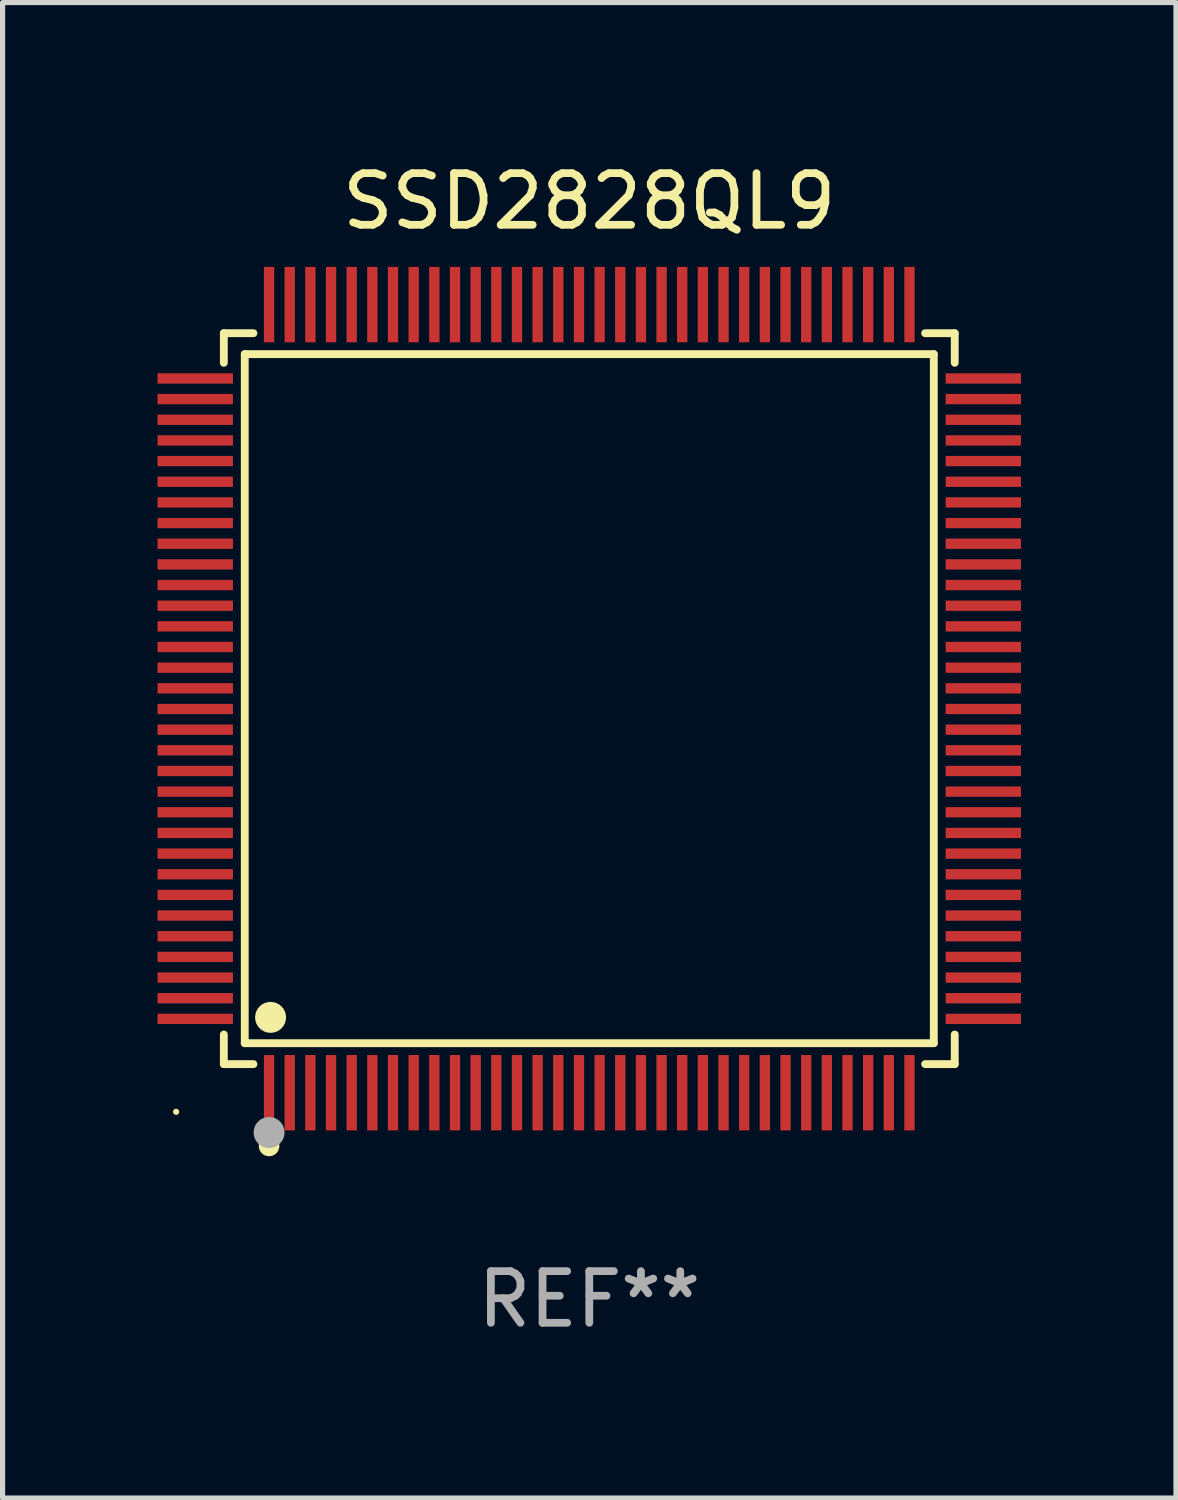
<source format=kicad_pcb>
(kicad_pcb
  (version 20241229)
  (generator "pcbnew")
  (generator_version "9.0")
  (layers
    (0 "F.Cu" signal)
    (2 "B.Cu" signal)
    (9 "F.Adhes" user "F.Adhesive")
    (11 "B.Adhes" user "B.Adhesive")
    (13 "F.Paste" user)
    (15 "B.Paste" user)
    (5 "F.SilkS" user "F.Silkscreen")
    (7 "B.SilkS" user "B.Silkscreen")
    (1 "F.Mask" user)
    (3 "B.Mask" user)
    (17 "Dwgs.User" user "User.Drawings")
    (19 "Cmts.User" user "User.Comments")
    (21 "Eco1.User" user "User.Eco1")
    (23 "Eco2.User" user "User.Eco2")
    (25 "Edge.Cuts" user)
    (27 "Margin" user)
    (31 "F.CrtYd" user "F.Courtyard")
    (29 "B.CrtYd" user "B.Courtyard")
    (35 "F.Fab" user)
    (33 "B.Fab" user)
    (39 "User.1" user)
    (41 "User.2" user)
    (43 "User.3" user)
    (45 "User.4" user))
  (footprint "SSD2828QL9"
    (layer "F.Cu")
    (at 8.36 10.478)
    (property "Reference" "SSD2828QL9" (at 0 -9.63 0) (layer "F.SilkS") (effects (font (size 1 1) (thickness 0.15))))
    (attr through_hole)
    (fp_line (start -7.076 -7.076) (end -6.503 -7.076) (stroke (width 0.152) (type solid)) (layer "F.SilkS"))
    (fp_line (start -7.076 -6.503) (end -7.076 -7.076) (stroke (width 0.152) (type solid)) (layer "F.SilkS"))
    (fp_line (start -7.076 6.503) (end -7.076 7.076) (stroke (width 0.152) (type solid)) (layer "F.SilkS"))
    (fp_line (start -7.076 7.076) (end -6.503 7.076) (stroke (width 0.152) (type solid)) (layer "F.SilkS"))
    (fp_line (start -6.671 -6.671) (end 6.671 -6.671) (stroke (width 0.152) (type solid)) (layer "F.SilkS"))
    (fp_line (start -6.671 6.671) (end -6.671 -6.671) (stroke (width 0.152) (type solid)) (layer "F.SilkS"))
    (fp_line (start 6.671 -6.671) (end 6.671 6.671) (stroke (width 0.152) (type solid)) (layer "F.SilkS"))
    (fp_line (start 6.671 6.671) (end -6.671 6.671) (stroke (width 0.152) (type solid)) (layer "F.SilkS"))
    (fp_line (start 7.076 -7.076) (end 6.503 -7.076) (stroke (width 0.152) (type solid)) (layer "F.SilkS"))
    (fp_line (start 7.076 -6.503) (end 7.076 -7.076) (stroke (width 0.152) (type solid)) (layer "F.SilkS"))
    (fp_line (start 7.076 6.503) (end 7.076 7.076) (stroke (width 0.152) (type solid)) (layer "F.SilkS"))
    (fp_line (start 7.076 7.076) (end 6.503 7.076) (stroke (width 0.152) (type solid)) (layer "F.SilkS"))
    (fp_circle (center -8 8) (end -7.97 8) (stroke (width 0.06) (type solid)) (fill no) (layer "F.SilkS"))
    (fp_circle (center -6.2 8.66) (end -6.1 8.66) (stroke (width 0.2) (type solid)) (fill no) (layer "F.SilkS"))
    (fp_circle (center -6.171 6.171) (end -6.021 6.171) (stroke (width 0.3) (type solid)) (fill no) (layer "F.SilkS"))
    (fp_circle (center -6.2 8.4) (end -6.05 8.4) (stroke (width 0.3) (type solid)) (fill no) (layer "F.Fab"))
    (fp_text user "REF**" (at 0 11.63 0) (layer "F.Fab") (effects (font (size 1 1) (thickness 0.15))))
    (pad "1" smd rect (at -6.2 7.63) (size 0.2 1.46) (layers "F.Cu" "F.Mask" "F.Paste"))
    (pad "2" smd rect (at -5.8 7.63) (size 0.2 1.46) (layers "F.Cu" "F.Mask" "F.Paste"))
    (pad "3" smd rect (at -5.4 7.63) (size 0.2 1.46) (layers "F.Cu" "F.Mask" "F.Paste"))
    (pad "4" smd rect (at -5 7.63) (size 0.2 1.46) (layers "F.Cu" "F.Mask" "F.Paste"))
    (pad "5" smd rect (at -4.6 7.63) (size 0.2 1.46) (layers "F.Cu" "F.Mask" "F.Paste"))
    (pad "6" smd rect (at -4.2 7.63) (size 0.2 1.46) (layers "F.Cu" "F.Mask" "F.Paste"))
    (pad "7" smd rect (at -3.8 7.63) (size 0.2 1.46) (layers "F.Cu" "F.Mask" "F.Paste"))
    (pad "8" smd rect (at -3.4 7.63) (size 0.2 1.46) (layers "F.Cu" "F.Mask" "F.Paste"))
    (pad "9" smd rect (at -3 7.63) (size 0.2 1.46) (layers "F.Cu" "F.Mask" "F.Paste"))
    (pad "10" smd rect (at -2.6 7.63) (size 0.2 1.46) (layers "F.Cu" "F.Mask" "F.Paste"))
    (pad "11" smd rect (at -2.2 7.63) (size 0.2 1.46) (layers "F.Cu" "F.Mask" "F.Paste"))
    (pad "12" smd rect (at -1.8 7.63) (size 0.2 1.46) (layers "F.Cu" "F.Mask" "F.Paste"))
    (pad "13" smd rect (at -1.4 7.63) (size 0.2 1.46) (layers "F.Cu" "F.Mask" "F.Paste"))
    (pad "14" smd rect (at -1 7.63) (size 0.2 1.46) (layers "F.Cu" "F.Mask" "F.Paste"))
    (pad "15" smd rect (at -0.6 7.63) (size 0.2 1.46) (layers "F.Cu" "F.Mask" "F.Paste"))
    (pad "16" smd rect (at -0.2 7.63) (size 0.2 1.46) (layers "F.Cu" "F.Mask" "F.Paste"))
    (pad "17" smd rect (at 0.2 7.63) (size 0.2 1.46) (layers "F.Cu" "F.Mask" "F.Paste"))
    (pad "18" smd rect (at 0.6 7.63) (size 0.2 1.46) (layers "F.Cu" "F.Mask" "F.Paste"))
    (pad "19" smd rect (at 1 7.63) (size 0.2 1.46) (layers "F.Cu" "F.Mask" "F.Paste"))
    (pad "20" smd rect (at 1.4 7.63) (size 0.2 1.46) (layers "F.Cu" "F.Mask" "F.Paste"))
    (pad "21" smd rect (at 1.8 7.63) (size 0.2 1.46) (layers "F.Cu" "F.Mask" "F.Paste"))
    (pad "22" smd rect (at 2.2 7.63) (size 0.2 1.46) (layers "F.Cu" "F.Mask" "F.Paste"))
    (pad "23" smd rect (at 2.6 7.63) (size 0.2 1.46) (layers "F.Cu" "F.Mask" "F.Paste"))
    (pad "24" smd rect (at 3 7.63) (size 0.2 1.46) (layers "F.Cu" "F.Mask" "F.Paste"))
    (pad "25" smd rect (at 3.4 7.63) (size 0.2 1.46) (layers "F.Cu" "F.Mask" "F.Paste"))
    (pad "26" smd rect (at 3.8 7.63) (size 0.2 1.46) (layers "F.Cu" "F.Mask" "F.Paste"))
    (pad "27" smd rect (at 4.2 7.63) (size 0.2 1.46) (layers "F.Cu" "F.Mask" "F.Paste"))
    (pad "28" smd rect (at 4.6 7.63) (size 0.2 1.46) (layers "F.Cu" "F.Mask" "F.Paste"))
    (pad "29" smd rect (at 5 7.63) (size 0.2 1.46) (layers "F.Cu" "F.Mask" "F.Paste"))
    (pad "30" smd rect (at 5.4 7.63) (size 0.2 1.46) (layers "F.Cu" "F.Mask" "F.Paste"))
    (pad "31" smd rect (at 5.8 7.63) (size 0.2 1.46) (layers "F.Cu" "F.Mask" "F.Paste"))
    (pad "32" smd rect (at 6.2 7.63) (size 0.2 1.46) (layers "F.Cu" "F.Mask" "F.Paste"))
    (pad "33" smd rect (at 7.63 6.2) (size 1.46 0.2) (layers "F.Cu" "F.Mask" "F.Paste"))
    (pad "34" smd rect (at 7.63 5.8) (size 1.46 0.2) (layers "F.Cu" "F.Mask" "F.Paste"))
    (pad "35" smd rect (at 7.63 5.4) (size 1.46 0.2) (layers "F.Cu" "F.Mask" "F.Paste"))
    (pad "36" smd rect (at 7.63 5) (size 1.46 0.2) (layers "F.Cu" "F.Mask" "F.Paste"))
    (pad "37" smd rect (at 7.63 4.6) (size 1.46 0.2) (layers "F.Cu" "F.Mask" "F.Paste"))
    (pad "38" smd rect (at 7.63 4.2) (size 1.46 0.2) (layers "F.Cu" "F.Mask" "F.Paste"))
    (pad "39" smd rect (at 7.63 3.8) (size 1.46 0.2) (layers "F.Cu" "F.Mask" "F.Paste"))
    (pad "40" smd rect (at 7.63 3.4) (size 1.46 0.2) (layers "F.Cu" "F.Mask" "F.Paste"))
    (pad "41" smd rect (at 7.63 3) (size 1.46 0.2) (layers "F.Cu" "F.Mask" "F.Paste"))
    (pad "42" smd rect (at 7.63 2.6) (size 1.46 0.2) (layers "F.Cu" "F.Mask" "F.Paste"))
    (pad "43" smd rect (at 7.63 2.2) (size 1.46 0.2) (layers "F.Cu" "F.Mask" "F.Paste"))
    (pad "44" smd rect (at 7.63 1.8) (size 1.46 0.2) (layers "F.Cu" "F.Mask" "F.Paste"))
    (pad "45" smd rect (at 7.63 1.4) (size 1.46 0.2) (layers "F.Cu" "F.Mask" "F.Paste"))
    (pad "46" smd rect (at 7.63 1) (size 1.46 0.2) (layers "F.Cu" "F.Mask" "F.Paste"))
    (pad "47" smd rect (at 7.63 0.6) (size 1.46 0.2) (layers "F.Cu" "F.Mask" "F.Paste"))
    (pad "48" smd rect (at 7.63 0.2) (size 1.46 0.2) (layers "F.Cu" "F.Mask" "F.Paste"))
    (pad "49" smd rect (at 7.63 -0.2) (size 1.46 0.2) (layers "F.Cu" "F.Mask" "F.Paste"))
    (pad "50" smd rect (at 7.63 -0.6) (size 1.46 0.2) (layers "F.Cu" "F.Mask" "F.Paste"))
    (pad "51" smd rect (at 7.63 -1) (size 1.46 0.2) (layers "F.Cu" "F.Mask" "F.Paste"))
    (pad "52" smd rect (at 7.63 -1.4) (size 1.46 0.2) (layers "F.Cu" "F.Mask" "F.Paste"))
    (pad "53" smd rect (at 7.63 -1.8) (size 1.46 0.2) (layers "F.Cu" "F.Mask" "F.Paste"))
    (pad "54" smd rect (at 7.63 -2.2) (size 1.46 0.2) (layers "F.Cu" "F.Mask" "F.Paste"))
    (pad "55" smd rect (at 7.63 -2.6) (size 1.46 0.2) (layers "F.Cu" "F.Mask" "F.Paste"))
    (pad "56" smd rect (at 7.63 -3) (size 1.46 0.2) (layers "F.Cu" "F.Mask" "F.Paste"))
    (pad "57" smd rect (at 7.63 -3.4) (size 1.46 0.2) (layers "F.Cu" "F.Mask" "F.Paste"))
    (pad "58" smd rect (at 7.63 -3.8) (size 1.46 0.2) (layers "F.Cu" "F.Mask" "F.Paste"))
    (pad "59" smd rect (at 7.63 -4.2) (size 1.46 0.2) (layers "F.Cu" "F.Mask" "F.Paste"))
    (pad "60" smd rect (at 7.63 -4.6) (size 1.46 0.2) (layers "F.Cu" "F.Mask" "F.Paste"))
    (pad "61" smd rect (at 7.63 -5) (size 1.46 0.2) (layers "F.Cu" "F.Mask" "F.Paste"))
    (pad "62" smd rect (at 7.63 -5.4) (size 1.46 0.2) (layers "F.Cu" "F.Mask" "F.Paste"))
    (pad "63" smd rect (at 7.63 -5.8) (size 1.46 0.2) (layers "F.Cu" "F.Mask" "F.Paste"))
    (pad "64" smd rect (at 7.63 -6.2) (size 1.46 0.2) (layers "F.Cu" "F.Mask" "F.Paste"))
    (pad "65" smd rect (at 6.2 -7.63) (size 0.2 1.46) (layers "F.Cu" "F.Mask" "F.Paste"))
    (pad "66" smd rect (at 5.8 -7.63) (size 0.2 1.46) (layers "F.Cu" "F.Mask" "F.Paste"))
    (pad "67" smd rect (at 5.4 -7.63) (size 0.2 1.46) (layers "F.Cu" "F.Mask" "F.Paste"))
    (pad "68" smd rect (at 5 -7.63) (size 0.2 1.46) (layers "F.Cu" "F.Mask" "F.Paste"))
    (pad "69" smd rect (at 4.6 -7.63) (size 0.2 1.46) (layers "F.Cu" "F.Mask" "F.Paste"))
    (pad "70" smd rect (at 4.2 -7.63) (size 0.2 1.46) (layers "F.Cu" "F.Mask" "F.Paste"))
    (pad "71" smd rect (at 3.8 -7.63) (size 0.2 1.46) (layers "F.Cu" "F.Mask" "F.Paste"))
    (pad "72" smd rect (at 3.4 -7.63) (size 0.2 1.46) (layers "F.Cu" "F.Mask" "F.Paste"))
    (pad "73" smd rect (at 3 -7.63) (size 0.2 1.46) (layers "F.Cu" "F.Mask" "F.Paste"))
    (pad "74" smd rect (at 2.6 -7.63) (size 0.2 1.46) (layers "F.Cu" "F.Mask" "F.Paste"))
    (pad "75" smd rect (at 2.2 -7.63) (size 0.2 1.46) (layers "F.Cu" "F.Mask" "F.Paste"))
    (pad "76" smd rect (at 1.8 -7.63) (size 0.2 1.46) (layers "F.Cu" "F.Mask" "F.Paste"))
    (pad "77" smd rect (at 1.4 -7.63) (size 0.2 1.46) (layers "F.Cu" "F.Mask" "F.Paste"))
    (pad "78" smd rect (at 1 -7.63) (size 0.2 1.46) (layers "F.Cu" "F.Mask" "F.Paste"))
    (pad "79" smd rect (at 0.6 -7.63) (size 0.2 1.46) (layers "F.Cu" "F.Mask" "F.Paste"))
    (pad "80" smd rect (at 0.2 -7.63) (size 0.2 1.46) (layers "F.Cu" "F.Mask" "F.Paste"))
    (pad "81" smd rect (at -0.2 -7.63) (size 0.2 1.46) (layers "F.Cu" "F.Mask" "F.Paste"))
    (pad "82" smd rect (at -0.6 -7.63) (size 0.2 1.46) (layers "F.Cu" "F.Mask" "F.Paste"))
    (pad "83" smd rect (at -1 -7.63) (size 0.2 1.46) (layers "F.Cu" "F.Mask" "F.Paste"))
    (pad "84" smd rect (at -1.4 -7.63) (size 0.2 1.46) (layers "F.Cu" "F.Mask" "F.Paste"))
    (pad "85" smd rect (at -1.8 -7.63) (size 0.2 1.46) (layers "F.Cu" "F.Mask" "F.Paste"))
    (pad "86" smd rect (at -2.2 -7.63) (size 0.2 1.46) (layers "F.Cu" "F.Mask" "F.Paste"))
    (pad "87" smd rect (at -2.6 -7.63) (size 0.2 1.46) (layers "F.Cu" "F.Mask" "F.Paste"))
    (pad "88" smd rect (at -3 -7.63) (size 0.2 1.46) (layers "F.Cu" "F.Mask" "F.Paste"))
    (pad "89" smd rect (at -3.4 -7.63) (size 0.2 1.46) (layers "F.Cu" "F.Mask" "F.Paste"))
    (pad "90" smd rect (at -3.8 -7.63) (size 0.2 1.46) (layers "F.Cu" "F.Mask" "F.Paste"))
    (pad "91" smd rect (at -4.2 -7.63) (size 0.2 1.46) (layers "F.Cu" "F.Mask" "F.Paste"))
    (pad "92" smd rect (at -4.6 -7.63) (size 0.2 1.46) (layers "F.Cu" "F.Mask" "F.Paste"))
    (pad "93" smd rect (at -5 -7.63) (size 0.2 1.46) (layers "F.Cu" "F.Mask" "F.Paste"))
    (pad "94" smd rect (at -5.4 -7.63) (size 0.2 1.46) (layers "F.Cu" "F.Mask" "F.Paste"))
    (pad "95" smd rect (at -5.8 -7.63) (size 0.2 1.46) (layers "F.Cu" "F.Mask" "F.Paste"))
    (pad "96" smd rect (at -6.2 -7.63) (size 0.2 1.46) (layers "F.Cu" "F.Mask" "F.Paste"))
    (pad "97" smd rect (at -7.63 -6.2) (size 1.46 0.2) (layers "F.Cu" "F.Mask" "F.Paste"))
    (pad "98" smd rect (at -7.63 -5.8) (size 1.46 0.2) (layers "F.Cu" "F.Mask" "F.Paste"))
    (pad "99" smd rect (at -7.63 -5.4) (size 1.46 0.2) (layers "F.Cu" "F.Mask" "F.Paste"))
    (pad "100" smd rect (at -7.63 -5) (size 1.46 0.2) (layers "F.Cu" "F.Mask" "F.Paste"))
    (pad "101" smd rect (at -7.63 -4.6) (size 1.46 0.2) (layers "F.Cu" "F.Mask" "F.Paste"))
    (pad "102" smd rect (at -7.63 -4.2) (size 1.46 0.2) (layers "F.Cu" "F.Mask" "F.Paste"))
    (pad "103" smd rect (at -7.63 -3.8) (size 1.46 0.2) (layers "F.Cu" "F.Mask" "F.Paste"))
    (pad "104" smd rect (at -7.63 -3.4) (size 1.46 0.2) (layers "F.Cu" "F.Mask" "F.Paste"))
    (pad "105" smd rect (at -7.63 -3) (size 1.46 0.2) (layers "F.Cu" "F.Mask" "F.Paste"))
    (pad "106" smd rect (at -7.63 -2.6) (size 1.46 0.2) (layers "F.Cu" "F.Mask" "F.Paste"))
    (pad "107" smd rect (at -7.63 -2.2) (size 1.46 0.2) (layers "F.Cu" "F.Mask" "F.Paste"))
    (pad "108" smd rect (at -7.63 -1.8) (size 1.46 0.2) (layers "F.Cu" "F.Mask" "F.Paste"))
    (pad "109" smd rect (at -7.63 -1.4) (size 1.46 0.2) (layers "F.Cu" "F.Mask" "F.Paste"))
    (pad "110" smd rect (at -7.63 -1) (size 1.46 0.2) (layers "F.Cu" "F.Mask" "F.Paste"))
    (pad "111" smd rect (at -7.63 -0.6) (size 1.46 0.2) (layers "F.Cu" "F.Mask" "F.Paste"))
    (pad "112" smd rect (at -7.63 -0.2) (size 1.46 0.2) (layers "F.Cu" "F.Mask" "F.Paste"))
    (pad "113" smd rect (at -7.63 0.2) (size 1.46 0.2) (layers "F.Cu" "F.Mask" "F.Paste"))
    (pad "114" smd rect (at -7.63 0.6) (size 1.46 0.2) (layers "F.Cu" "F.Mask" "F.Paste"))
    (pad "115" smd rect (at -7.63 1) (size 1.46 0.2) (layers "F.Cu" "F.Mask" "F.Paste"))
    (pad "116" smd rect (at -7.63 1.4) (size 1.46 0.2) (layers "F.Cu" "F.Mask" "F.Paste"))
    (pad "117" smd rect (at -7.63 1.8) (size 1.46 0.2) (layers "F.Cu" "F.Mask" "F.Paste"))
    (pad "118" smd rect (at -7.63 2.2) (size 1.46 0.2) (layers "F.Cu" "F.Mask" "F.Paste"))
    (pad "119" smd rect (at -7.63 2.6) (size 1.46 0.2) (layers "F.Cu" "F.Mask" "F.Paste"))
    (pad "120" smd rect (at -7.63 3) (size 1.46 0.2) (layers "F.Cu" "F.Mask" "F.Paste"))
    (pad "121" smd rect (at -7.63 3.4) (size 1.46 0.2) (layers "F.Cu" "F.Mask" "F.Paste"))
    (pad "122" smd rect (at -7.63 3.8) (size 1.46 0.2) (layers "F.Cu" "F.Mask" "F.Paste"))
    (pad "123" smd rect (at -7.63 4.2) (size 1.46 0.2) (layers "F.Cu" "F.Mask" "F.Paste"))
    (pad "124" smd rect (at -7.63 4.6) (size 1.46 0.2) (layers "F.Cu" "F.Mask" "F.Paste"))
    (pad "125" smd rect (at -7.63 5) (size 1.46 0.2) (layers "F.Cu" "F.Mask" "F.Paste"))
    (pad "126" smd rect (at -7.63 5.4) (size 1.46 0.2) (layers "F.Cu" "F.Mask" "F.Paste"))
    (pad "127" smd rect (at -7.63 5.8) (size 1.46 0.2) (layers "F.Cu" "F.Mask" "F.Paste"))
    (pad "128" smd rect (at -7.63 6.2) (size 1.46 0.2) (layers "F.Cu" "F.Mask" "F.Paste")))
  (gr_rect
    (start -3 -3)
    (end 19.72 25.956)
    (stroke (width 0.1) (type default))
    (fill no)
    (layer "Edge.Cuts")))
</source>
